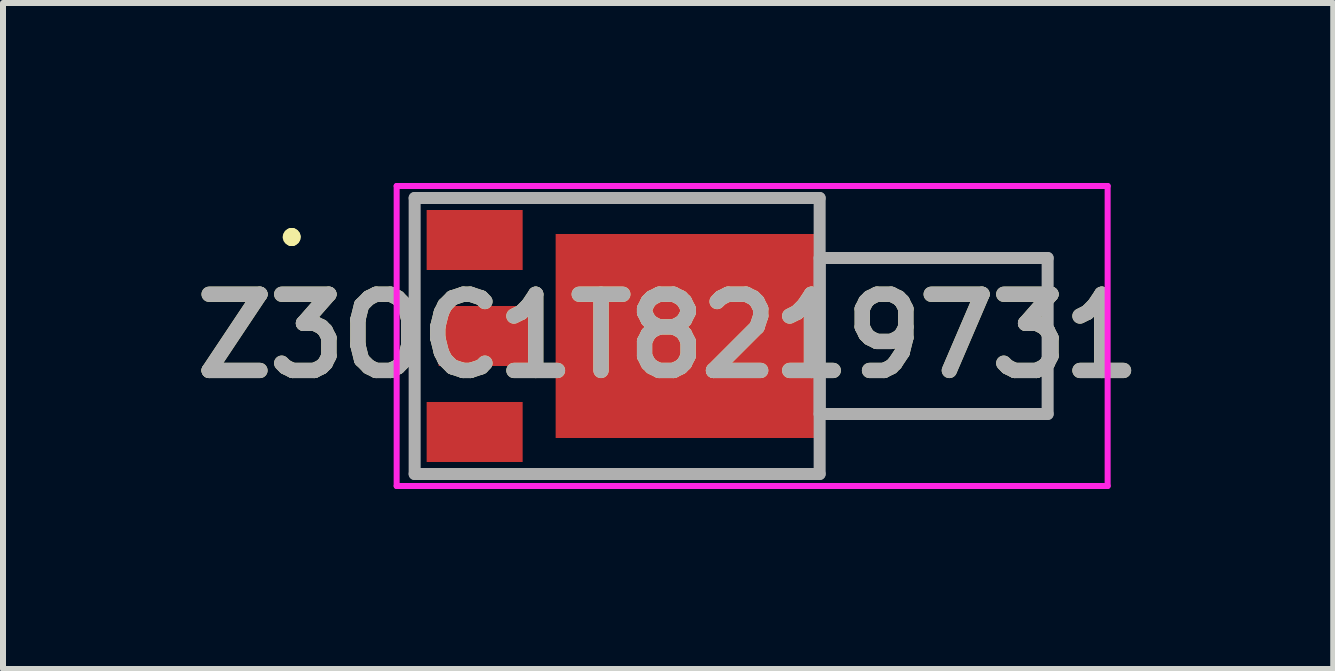
<source format=kicad_pcb>
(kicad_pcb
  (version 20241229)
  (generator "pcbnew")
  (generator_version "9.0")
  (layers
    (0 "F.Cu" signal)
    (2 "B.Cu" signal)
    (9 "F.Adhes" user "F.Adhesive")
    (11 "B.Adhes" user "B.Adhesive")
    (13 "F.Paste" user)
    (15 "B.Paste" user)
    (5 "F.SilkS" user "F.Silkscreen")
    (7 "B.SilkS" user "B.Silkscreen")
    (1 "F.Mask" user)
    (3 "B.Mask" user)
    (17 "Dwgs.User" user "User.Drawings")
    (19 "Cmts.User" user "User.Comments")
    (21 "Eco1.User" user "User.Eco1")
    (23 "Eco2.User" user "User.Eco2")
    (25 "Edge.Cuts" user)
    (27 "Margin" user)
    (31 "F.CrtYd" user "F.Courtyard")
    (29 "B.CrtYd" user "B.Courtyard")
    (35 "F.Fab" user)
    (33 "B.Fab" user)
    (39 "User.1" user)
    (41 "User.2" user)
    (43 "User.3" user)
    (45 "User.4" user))
  (footprint "Z3OC1T8219731"
    (layer "F.Cu")
    (at 4.061 2.55)
    (property "Reference" "Z3OC1T8219731" (at 4.025 0 0) (layer "F.SilkS") (effects (font (size 1.27 1.27) (thickness 0.254))))
    (attr smd)
    (fp_line (start -2.25 -1.7) (end -2.25 -1.7) (stroke (width 0.2) (type solid)) (layer "F.SilkS"))
    (fp_line (start -2.25 -1.6) (end -2.25 -1.6) (stroke (width 0.2) (type solid)) (layer "F.SilkS"))
    (fp_line (start -2.25 -1.6) (end -2.25 -1.6) (stroke (width 0.2) (type solid)) (layer "F.SilkS"))
    (fp_line (start 2.3 -2.3) (end 2.3 -2.3) (stroke (width 0.1) (type solid)) (layer "F.SilkS"))
    (fp_line (start 2.3 -2.3) (end 6.55 -2.3) (stroke (width 0.1) (type solid)) (layer "F.SilkS"))
    (fp_line (start 2.3 2.3) (end 2.3 2.3) (stroke (width 0.1) (type solid)) (layer "F.SilkS"))
    (fp_line (start 2.3 2.3) (end 6.55 2.3) (stroke (width 0.1) (type solid)) (layer "F.SilkS"))
    (fp_line (start 6.55 -2.3) (end 2.3 -2.3) (stroke (width 0.1) (type solid)) (layer "F.SilkS"))
    (fp_line (start 6.55 -2.3) (end 6.55 -2.3) (stroke (width 0.1) (type solid)) (layer "F.SilkS"))
    (fp_line (start 6.55 2.3) (end 2.3 2.3) (stroke (width 0.1) (type solid)) (layer "F.SilkS"))
    (fp_line (start 6.55 2.3) (end 6.55 2.3) (stroke (width 0.1) (type solid)) (layer "F.SilkS"))
    (fp_line (start 7.3 -1.3) (end 7.3 -1.3) (stroke (width 0.1) (type solid)) (layer "F.SilkS"))
    (fp_line (start 7.3 -1.3) (end 10.3 -1.3) (stroke (width 0.1) (type solid)) (layer "F.SilkS"))
    (fp_line (start 7.3 1.3) (end 7.3 1.3) (stroke (width 0.1) (type solid)) (layer "F.SilkS"))
    (fp_line (start 7.3 1.3) (end 10.35 1.3) (stroke (width 0.1) (type solid)) (layer "F.SilkS"))
    (fp_line (start 10.3 -1.3) (end 7.3 -1.3) (stroke (width 0.1) (type solid)) (layer "F.SilkS"))
    (fp_line (start 10.3 -1.3) (end 10.3 -1.3) (stroke (width 0.1) (type solid)) (layer "F.SilkS"))
    (fp_line (start 10.3 -1.3) (end 10.3 -1.3) (stroke (width 0.1) (type solid)) (layer "F.SilkS"))
    (fp_line (start 10.3 -1.3) (end 10.35 -1.3) (stroke (width 0.1) (type solid)) (layer "F.SilkS"))
    (fp_line (start 10.35 -1.3) (end 10.3 -1.3) (stroke (width 0.1) (type solid)) (layer "F.SilkS"))
    (fp_line (start 10.35 -1.3) (end 10.35 -1.3) (stroke (width 0.1) (type solid)) (layer "F.SilkS"))
    (fp_line (start 10.35 -1.3) (end 10.35 -1.3) (stroke (width 0.1) (type solid)) (layer "F.SilkS"))
    (fp_line (start 10.35 -1.3) (end 10.35 1.3) (stroke (width 0.1) (type solid)) (layer "F.SilkS"))
    (fp_line (start 10.35 1.3) (end 7.3 1.3) (stroke (width 0.1) (type solid)) (layer "F.SilkS"))
    (fp_line (start 10.35 1.3) (end 10.35 -1.3) (stroke (width 0.1) (type solid)) (layer "F.SilkS"))
    (fp_line (start 10.35 1.3) (end 10.35 1.3) (stroke (width 0.1) (type solid)) (layer "F.SilkS"))
    (fp_line (start 10.35 1.3) (end 10.35 1.3) (stroke (width 0.1) (type solid)) (layer "F.SilkS"))
    (fp_arc (start -2.25 -1.7) (mid -2.2 -1.65) (end -2.25 -1.6) (stroke (width 0.2) (type solid)) (layer "F.SilkS"))
    (fp_arc (start -2.25 -1.7) (mid -2.2 -1.65) (end -2.25 -1.6) (stroke (width 0.2) (type solid)) (layer "F.SilkS"))
    (fp_arc (start -2.25 -1.6) (mid -2.3 -1.65) (end -2.25 -1.7) (stroke (width 0.2) (type solid)) (layer "F.SilkS"))
    (fp_line (start -0.5 -2.5) (end 11.35 -2.5) (stroke (width 0.1) (type solid)) (layer "F.CrtYd"))
    (fp_line (start -0.5 2.5) (end -0.5 -2.5) (stroke (width 0.1) (type solid)) (layer "F.CrtYd"))
    (fp_line (start 11.35 -2.5) (end 11.35 2.5) (stroke (width 0.1) (type solid)) (layer "F.CrtYd"))
    (fp_line (start 11.35 2.5) (end -0.5 2.5) (stroke (width 0.1) (type solid)) (layer "F.CrtYd"))
    (fp_line (start -0.2 -2.3) (end -0.2 2.3) (stroke (width 0.2) (type solid)) (layer "F.Fab"))
    (fp_line (start -0.2 2.3) (end 6.55 2.3) (stroke (width 0.2) (type solid)) (layer "F.Fab"))
    (fp_line (start 6.55 -2.3) (end -0.2 -2.3) (stroke (width 0.2) (type solid)) (layer "F.Fab"))
    (fp_line (start 6.55 -1.3) (end 10.35 -1.3) (stroke (width 0.2) (type solid)) (layer "F.Fab"))
    (fp_line (start 6.55 1.3) (end 6.55 -1.3) (stroke (width 0.2) (type solid)) (layer "F.Fab"))
    (fp_line (start 6.55 2.3) (end 6.55 -2.3) (stroke (width 0.2) (type solid)) (layer "F.Fab"))
    (fp_line (start 10.35 -1.3) (end 10.35 1.3) (stroke (width 0.2) (type solid)) (layer "F.Fab"))
    (fp_line (start 10.35 1.3) (end 6.55 1.3) (stroke (width 0.2) (type solid)) (layer "F.Fab"))
    (fp_text user "${REFERENCE}" (at 4.025 0 0) (layer "F.Fab") (effects (font (size 1.27 1.27) (thickness 0.254))))
    (pad "1" smd rect (at 0.8 -1.6 90) (size 1 1.6) (layers "F.Cu" "F.Mask" "F.Paste"))
    (pad "2" smd rect (at 1 0 90) (size 1 1.6) (layers "F.Cu" "F.Mask" "F.Paste"))
    (pad "3" smd rect (at 0.8 1.6 90) (size 1 1.6) (layers "F.Cu" "F.Mask" "F.Paste"))
    (pad "4" smd rect (at 4.35 0 90) (size 3.4 4.4) (layers "F.Cu" "F.Mask" "F.Paste")))
  (gr_rect
    (start -3 -3)
    (end 19.171 8.1)
    (stroke (width 0.1) (type default))
    (fill no)
    (layer "Edge.Cuts")))
</source>
